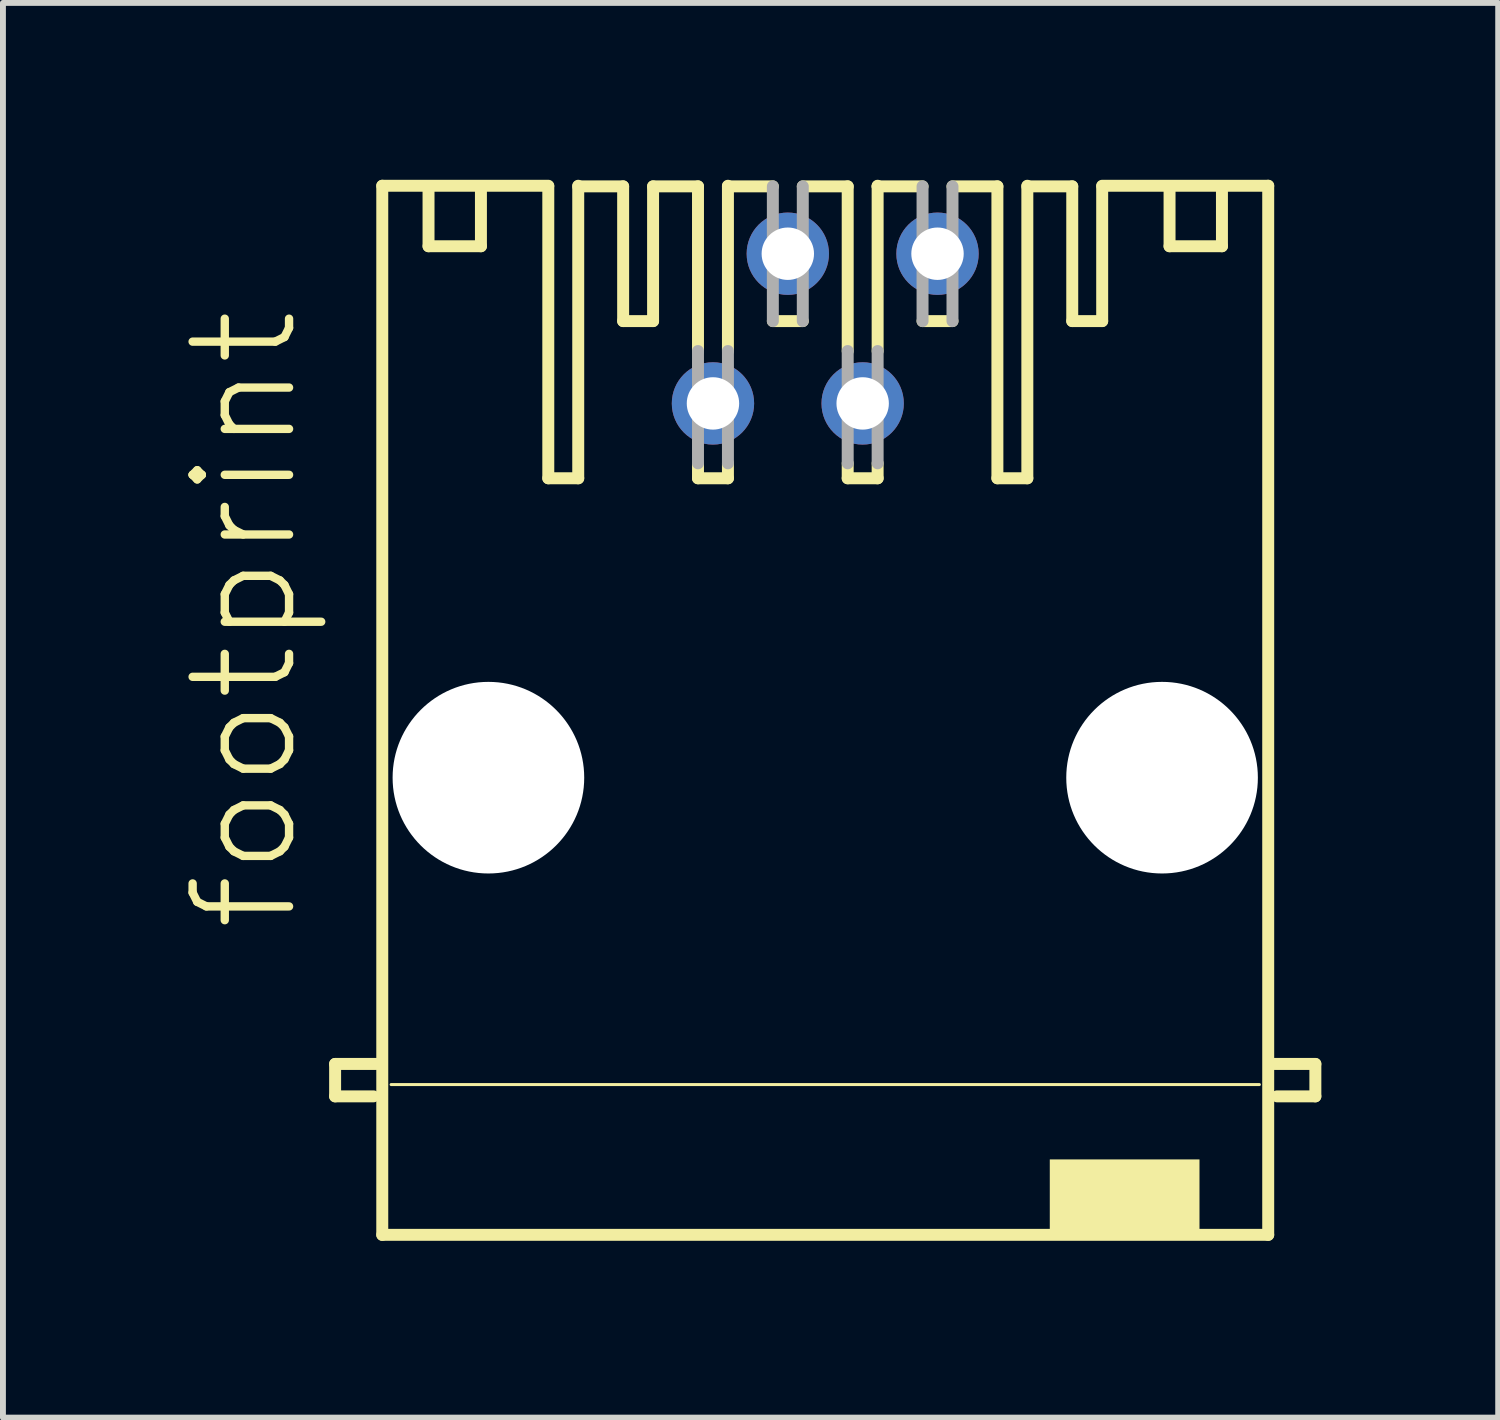
<source format=kicad_pcb>
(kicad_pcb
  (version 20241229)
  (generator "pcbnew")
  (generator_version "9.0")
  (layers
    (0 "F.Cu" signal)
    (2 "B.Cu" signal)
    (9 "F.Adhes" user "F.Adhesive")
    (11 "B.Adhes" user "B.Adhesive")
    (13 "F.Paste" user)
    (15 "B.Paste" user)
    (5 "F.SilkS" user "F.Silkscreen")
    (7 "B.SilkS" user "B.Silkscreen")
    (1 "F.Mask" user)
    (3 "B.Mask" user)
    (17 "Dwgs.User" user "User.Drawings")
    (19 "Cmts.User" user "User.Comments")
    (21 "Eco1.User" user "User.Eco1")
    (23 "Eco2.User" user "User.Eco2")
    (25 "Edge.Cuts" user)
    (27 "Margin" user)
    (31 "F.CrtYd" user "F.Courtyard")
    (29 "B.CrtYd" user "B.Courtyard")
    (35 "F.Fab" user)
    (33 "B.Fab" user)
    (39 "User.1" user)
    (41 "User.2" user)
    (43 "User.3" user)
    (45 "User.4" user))
  (footprint "footprint"
    (layer "F.Cu")
    (at 10.952 9.002)
    (property "Reference" "footprint" (at -8.89 3.81 90) (layer "F.SilkS") (effects (font (size 1.636 1.636) (thickness 0.142)) (justify left bottom)))
    (fp_line (start -8.316 6) (end -7.616 6) (stroke (width 0.203) (type solid)) (layer "F.SilkS"))
    (fp_line (start -8.316 6.55) (end -8.316 6) (stroke (width 0.203) (type solid)) (layer "F.SilkS"))
    (fp_line (start -7.666 6.55) (end -8.316 6.55) (stroke (width 0.203) (type solid)) (layer "F.SilkS"))
    (fp_line (start -7.516 -8.9) (end -4.699 -8.9) (stroke (width 0.203) (type solid)) (layer "F.SilkS"))
    (fp_line (start -7.516 8.9) (end -7.516 -8.9) (stroke (width 0.203) (type solid)) (layer "F.SilkS"))
    (fp_line (start -7.366 6.35) (end 7.366 6.35) (stroke (width 0.051) (type solid)) (layer "F.SilkS"))
    (fp_line (start -6.731 -8.89) (end -6.731 -7.874) (stroke (width 0.203) (type solid)) (layer "F.SilkS"))
    (fp_line (start -6.731 -7.874) (end -5.842 -7.874) (stroke (width 0.203) (type solid)) (layer "F.SilkS"))
    (fp_line (start -5.842 -7.874) (end -5.842 -8.89) (stroke (width 0.203) (type solid)) (layer "F.SilkS"))
    (fp_line (start -4.699 -3.937) (end -4.699 -8.89) (stroke (width 0.203) (type solid)) (layer "F.SilkS"))
    (fp_line (start -4.191 -8.89) (end -3.429 -8.89) (stroke (width 0.203) (type solid)) (layer "F.SilkS"))
    (fp_line (start -4.191 -3.937) (end -4.699 -3.937) (stroke (width 0.203) (type solid)) (layer "F.SilkS"))
    (fp_line (start -4.191 -3.937) (end -4.191 -8.9) (stroke (width 0.203) (type solid)) (layer "F.SilkS"))
    (fp_line (start -3.429 -8.89) (end -3.429 -6.604) (stroke (width 0.203) (type solid)) (layer "F.SilkS"))
    (fp_line (start -2.921 -8.89) (end -2.921 -6.604) (stroke (width 0.203) (type solid)) (layer "F.SilkS"))
    (fp_line (start -2.921 -8.89) (end -2.159 -8.89) (stroke (width 0.203) (type solid)) (layer "F.SilkS"))
    (fp_line (start -2.921 -6.604) (end -3.429 -6.604) (stroke (width 0.203) (type solid)) (layer "F.SilkS"))
    (fp_line (start -2.159 -6.096) (end -2.159 -8.89) (stroke (width 0.203) (type solid)) (layer "F.SilkS"))
    (fp_line (start -2.159 -3.937) (end -2.159 -4.191) (stroke (width 0.203) (type solid)) (layer "F.SilkS"))
    (fp_line (start -1.651 -8.89) (end -0.889 -8.89) (stroke (width 0.203) (type solid)) (layer "F.SilkS"))
    (fp_line (start -1.651 -6.096) (end -1.651 -8.9) (stroke (width 0.203) (type solid)) (layer "F.SilkS"))
    (fp_line (start -1.651 -3.937) (end -2.159 -3.937) (stroke (width 0.203) (type solid)) (layer "F.SilkS"))
    (fp_line (start -1.651 -3.937) (end -1.651 -4.191) (stroke (width 0.203) (type solid)) (layer "F.SilkS"))
    (fp_line (start -0.381 -8.89) (end 0.381 -8.89) (stroke (width 0.203) (type solid)) (layer "F.SilkS"))
    (fp_line (start -0.381 -6.604) (end -0.889 -6.604) (stroke (width 0.203) (type solid)) (layer "F.SilkS"))
    (fp_line (start 0.381 -6.096) (end 0.381 -8.89) (stroke (width 0.203) (type solid)) (layer "F.SilkS"))
    (fp_line (start 0.381 -3.937) (end 0.381 -4.191) (stroke (width 0.203) (type solid)) (layer "F.SilkS"))
    (fp_line (start 0.889 -8.89) (end 0.889 -8.9) (stroke (width 0.203) (type solid)) (layer "F.SilkS"))
    (fp_line (start 0.889 -8.89) (end 1.651 -8.89) (stroke (width 0.203) (type solid)) (layer "F.SilkS"))
    (fp_line (start 0.889 -6.096) (end 0.889 -8.89) (stroke (width 0.203) (type solid)) (layer "F.SilkS"))
    (fp_line (start 0.889 -3.937) (end 0.381 -3.937) (stroke (width 0.203) (type solid)) (layer "F.SilkS"))
    (fp_line (start 0.889 -3.937) (end 0.889 -4.191) (stroke (width 0.203) (type solid)) (layer "F.SilkS"))
    (fp_line (start 2.159 -8.89) (end 2.921 -8.89) (stroke (width 0.203) (type solid)) (layer "F.SilkS"))
    (fp_line (start 2.159 -6.604) (end 1.651 -6.604) (stroke (width 0.203) (type solid)) (layer "F.SilkS"))
    (fp_line (start 2.921 -3.937) (end 2.921 -8.89) (stroke (width 0.203) (type solid)) (layer "F.SilkS"))
    (fp_line (start 3.429 -8.89) (end 4.191 -8.89) (stroke (width 0.203) (type solid)) (layer "F.SilkS"))
    (fp_line (start 3.429 -3.937) (end 2.921 -3.937) (stroke (width 0.203) (type solid)) (layer "F.SilkS"))
    (fp_line (start 3.429 -3.937) (end 3.429 -8.9) (stroke (width 0.203) (type solid)) (layer "F.SilkS"))
    (fp_line (start 4.191 -8.89) (end 4.191 -6.604) (stroke (width 0.203) (type solid)) (layer "F.SilkS"))
    (fp_line (start 4.699 -8.9) (end 7.516 -8.9) (stroke (width 0.203) (type solid)) (layer "F.SilkS"))
    (fp_line (start 4.699 -8.89) (end 4.699 -6.604) (stroke (width 0.203) (type solid)) (layer "F.SilkS"))
    (fp_line (start 4.699 -6.604) (end 4.191 -6.604) (stroke (width 0.203) (type solid)) (layer "F.SilkS"))
    (fp_line (start 5.842 -7.874) (end 5.842 -8.89) (stroke (width 0.203) (type solid)) (layer "F.SilkS"))
    (fp_line (start 6.731 -8.89) (end 6.731 -7.874) (stroke (width 0.203) (type solid)) (layer "F.SilkS"))
    (fp_line (start 6.731 -7.874) (end 5.842 -7.874) (stroke (width 0.203) (type solid)) (layer "F.SilkS"))
    (fp_line (start 7.516 -8.9) (end 7.516 8.9) (stroke (width 0.203) (type solid)) (layer "F.SilkS"))
    (fp_line (start 7.516 8.9) (end -7.516 8.9) (stroke (width 0.203) (type solid)) (layer "F.SilkS"))
    (fp_line (start 7.666 6.55) (end 8.316 6.55) (stroke (width 0.203) (type solid)) (layer "F.SilkS"))
    (fp_line (start 8.316 6) (end 7.616 6) (stroke (width 0.203) (type solid)) (layer "F.SilkS"))
    (fp_line (start 8.316 6.55) (end 8.316 6) (stroke (width 0.203) (type solid)) (layer "F.SilkS"))
    (fp_poly (pts (xy 3.81 8.89) (xy 6.35 8.89) (xy 6.35 7.62) (xy 3.81 7.62)) (stroke (width 0) (type solid)) (fill yes) (layer "F.SilkS"))
    (fp_line (start -2.159 -6.096) (end -2.159 -4.191) (stroke (width 0.203) (type solid)) (layer "F.Fab"))
    (fp_line (start -1.651 -6.096) (end -1.651 -4.191) (stroke (width 0.203) (type solid)) (layer "F.Fab"))
    (fp_line (start -0.889 -8.89) (end -0.889 -6.604) (stroke (width 0.203) (type solid)) (layer "F.Fab"))
    (fp_line (start -0.381 -8.89) (end -0.381 -6.604) (stroke (width 0.203) (type solid)) (layer "F.Fab"))
    (fp_line (start 0.381 -6.096) (end 0.381 -4.191) (stroke (width 0.203) (type solid)) (layer "F.Fab"))
    (fp_line (start 0.889 -6.096) (end 0.889 -4.191) (stroke (width 0.203) (type solid)) (layer "F.Fab"))
    (fp_line (start 1.651 -8.89) (end 1.651 -6.604) (stroke (width 0.203) (type solid)) (layer "F.Fab"))
    (fp_line (start 2.159 -8.89) (end 2.159 -6.604) (stroke (width 0.203) (type solid)) (layer "F.Fab"))
    (pad "" np_thru_hole circle (at -5.715 1.143) (size 3.251 3.251) (drill 3.251) (layers "*.Cu" "*.Mask"))
    (pad "" np_thru_hole circle (at 5.715 1.143) (size 3.251 3.251) (drill 3.251) (layers "*.Cu" "*.Mask"))
    (pad "1" thru_hole circle (at -1.905 -5.207) (size 1.397 1.397) (drill 0.889) (layers "*.Cu" "*.Mask"))
    (pad "2" thru_hole circle (at -0.635 -7.747) (size 1.397 1.397) (drill 0.889) (layers "*.Cu" "*.Mask"))
    (pad "3" thru_hole circle (at 0.635 -5.207) (size 1.397 1.397) (drill 0.889) (layers "*.Cu" "*.Mask"))
    (pad "4" thru_hole circle (at 1.905 -7.747) (size 1.397 1.397) (drill 0.889) (layers "*.Cu" "*.Mask")))
  (gr_rect
    (start -3 -3)
    (end 22.37 21.003)
    (stroke (width 0.1) (type default))
    (fill no)
    (layer "Edge.Cuts")))
</source>
